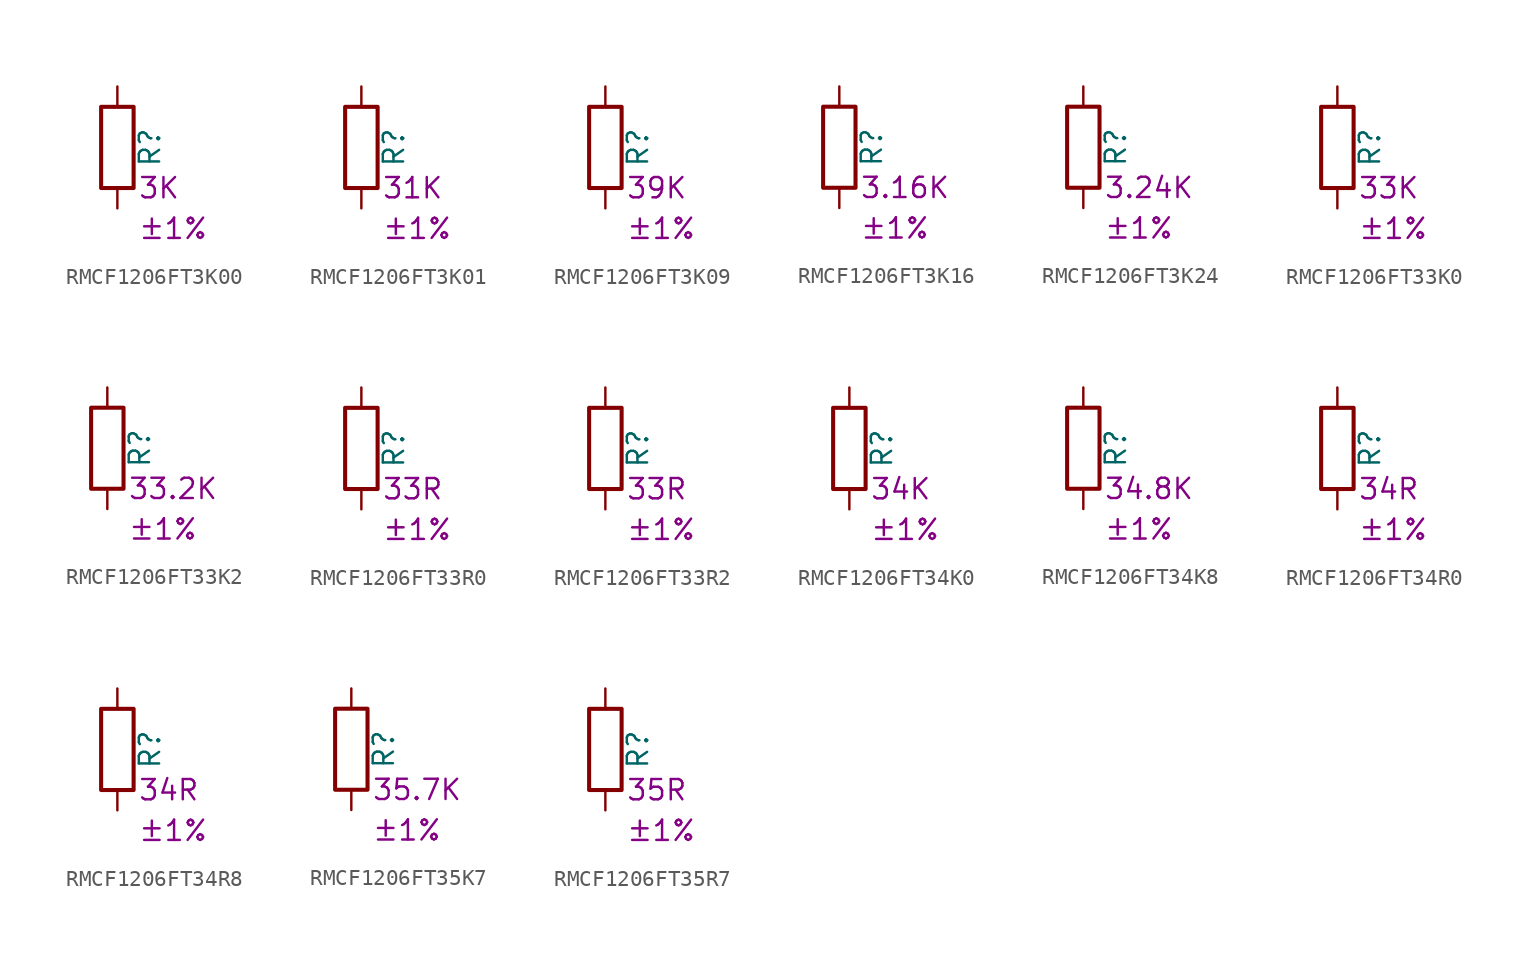
<source format=kicad_sym>
(kicad_symbol_lib
  (version 20220914)
  (generator kicad_symbol_editor)
  (symbol "RMCF1206FT3K00"
    (pin_numbers hide)
    (pin_names
      (offset 0))
    (property "Reference" "R"
      (at 2.032 0 90)
      (effects (font (size 1.27 1.27))))
    (property "Resistance" "3K"
      (at 1.27 -2.54 0)
      (effects (font (size 1.27 1.27)) (justify left)))
    (property "Tolerance" "±1%"
      (at 1.27 -5.08 0)
      (effects (font (size 1.27 1.27)) (justify left)))
    (symbol "RMCF1206FT3K00_0_1"
      (rectangle (start -1.016 -2.54) (end 1.016 2.54) (stroke (width 0.254) (type default)) (fill (type none))))
    (symbol "RMCF1206FT3K00_1_1"
      (pin passive line (at 0 3.81 270) (length 1.27) (name "~" (effects (font (size 1.27 1.27)))) (number "1" (effects (font (size 1.27 1.27)))))
      (pin passive line (at 0 -3.81 90) (length 1.27) (name "~" (effects (font (size 1.27 1.27)))) (number "2" (effects (font (size 1.27 1.27)))))))
  (symbol "RMCF1206FT3K01"
    (pin_numbers hide)
    (pin_names
      (offset 0))
    (property "Reference" "R"
      (at 2.032 0 90)
      (effects (font (size 1.27 1.27))))
    (property "Resistance" "31K"
      (at 1.27 -2.54 0)
      (effects (font (size 1.27 1.27)) (justify left)))
    (property "Tolerance" "±1%"
      (at 1.27 -5.08 0)
      (effects (font (size 1.27 1.27)) (justify left)))
    (symbol "RMCF1206FT3K01_0_1"
      (rectangle (start -1.016 -2.54) (end 1.016 2.54) (stroke (width 0.254) (type default)) (fill (type none))))
    (symbol "RMCF1206FT3K01_1_1"
      (pin passive line (at 0 3.81 270) (length 1.27) (name "~" (effects (font (size 1.27 1.27)))) (number "1" (effects (font (size 1.27 1.27)))))
      (pin passive line (at 0 -3.81 90) (length 1.27) (name "~" (effects (font (size 1.27 1.27)))) (number "2" (effects (font (size 1.27 1.27)))))))
  (symbol "RMCF1206FT3K09"
    (pin_numbers hide)
    (pin_names
      (offset 0))
    (property "Reference" "R"
      (at 2.032 0 90)
      (effects (font (size 1.27 1.27))))
    (property "Resistance" "39K"
      (at 1.27 -2.54 0)
      (effects (font (size 1.27 1.27)) (justify left)))
    (property "Tolerance" "±1%"
      (at 1.27 -5.08 0)
      (effects (font (size 1.27 1.27)) (justify left)))
    (symbol "RMCF1206FT3K09_0_1"
      (rectangle (start -1.016 -2.54) (end 1.016 2.54) (stroke (width 0.254) (type default)) (fill (type none))))
    (symbol "RMCF1206FT3K09_1_1"
      (pin passive line (at 0 3.81 270) (length 1.27) (name "~" (effects (font (size 1.27 1.27)))) (number "1" (effects (font (size 1.27 1.27)))))
      (pin passive line (at 0 -3.81 90) (length 1.27) (name "~" (effects (font (size 1.27 1.27)))) (number "2" (effects (font (size 1.27 1.27)))))))
  (symbol "RMCF1206FT3K16"
    (pin_numbers hide)
    (pin_names
      (offset 0))
    (property "Reference" "R"
      (at 2.032 0 90)
      (effects (font (size 1.27 1.27))))
    (property "Resistance" "3.16K"
      (at 1.27 -2.54 0)
      (effects (font (size 1.27 1.27)) (justify left)))
    (property "Tolerance" "±1%"
      (at 1.27 -5.08 0)
      (effects (font (size 1.27 1.27)) (justify left)))
    (symbol "RMCF1206FT3K16_0_1"
      (rectangle (start -1.016 -2.54) (end 1.016 2.54) (stroke (width 0.254) (type default)) (fill (type none))))
    (symbol "RMCF1206FT3K16_1_1"
      (pin passive line (at 0 3.81 270) (length 1.27) (name "~" (effects (font (size 1.27 1.27)))) (number "1" (effects (font (size 1.27 1.27)))))
      (pin passive line (at 0 -3.81 90) (length 1.27) (name "~" (effects (font (size 1.27 1.27)))) (number "2" (effects (font (size 1.27 1.27)))))))
  (symbol "RMCF1206FT3K24"
    (pin_numbers hide)
    (pin_names
      (offset 0))
    (property "Reference" "R"
      (at 2.032 0 90)
      (effects (font (size 1.27 1.27))))
    (property "Resistance" "3.24K"
      (at 1.27 -2.54 0)
      (effects (font (size 1.27 1.27)) (justify left)))
    (property "Tolerance" "±1%"
      (at 1.27 -5.08 0)
      (effects (font (size 1.27 1.27)) (justify left)))
    (symbol "RMCF1206FT3K24_0_1"
      (rectangle (start -1.016 -2.54) (end 1.016 2.54) (stroke (width 0.254) (type default)) (fill (type none))))
    (symbol "RMCF1206FT3K24_1_1"
      (pin passive line (at 0 3.81 270) (length 1.27) (name "~" (effects (font (size 1.27 1.27)))) (number "1" (effects (font (size 1.27 1.27)))))
      (pin passive line (at 0 -3.81 90) (length 1.27) (name "~" (effects (font (size 1.27 1.27)))) (number "2" (effects (font (size 1.27 1.27)))))))
  (symbol "RMCF1206FT33K0"
    (pin_numbers hide)
    (pin_names
      (offset 0))
    (property "Reference" "R"
      (at 2.032 0 90)
      (effects (font (size 1.27 1.27))))
    (property "Resistance" "33K"
      (at 1.27 -2.54 0)
      (effects (font (size 1.27 1.27)) (justify left)))
    (property "Tolerance" "±1%"
      (at 1.27 -5.08 0)
      (effects (font (size 1.27 1.27)) (justify left)))
    (symbol "RMCF1206FT33K0_0_1"
      (rectangle (start -1.016 -2.54) (end 1.016 2.54) (stroke (width 0.254) (type default)) (fill (type none))))
    (symbol "RMCF1206FT33K0_1_1"
      (pin passive line (at 0 3.81 270) (length 1.27) (name "~" (effects (font (size 1.27 1.27)))) (number "1" (effects (font (size 1.27 1.27)))))
      (pin passive line (at 0 -3.81 90) (length 1.27) (name "~" (effects (font (size 1.27 1.27)))) (number "2" (effects (font (size 1.27 1.27)))))))
  (symbol "RMCF1206FT33K2"
    (pin_numbers hide)
    (pin_names
      (offset 0))
    (property "Reference" "R"
      (at 2.032 0 90)
      (effects (font (size 1.27 1.27))))
    (property "Resistance" "33.2K"
      (at 1.27 -2.54 0)
      (effects (font (size 1.27 1.27)) (justify left)))
    (property "Tolerance" "±1%"
      (at 1.27 -5.08 0)
      (effects (font (size 1.27 1.27)) (justify left)))
    (symbol "RMCF1206FT33K2_0_1"
      (rectangle (start -1.016 -2.54) (end 1.016 2.54) (stroke (width 0.254) (type default)) (fill (type none))))
    (symbol "RMCF1206FT33K2_1_1"
      (pin passive line (at 0 3.81 270) (length 1.27) (name "~" (effects (font (size 1.27 1.27)))) (number "1" (effects (font (size 1.27 1.27)))))
      (pin passive line (at 0 -3.81 90) (length 1.27) (name "~" (effects (font (size 1.27 1.27)))) (number "2" (effects (font (size 1.27 1.27)))))))
  (symbol "RMCF1206FT33R0"
    (pin_numbers hide)
    (pin_names
      (offset 0))
    (property "Reference" "R"
      (at 2.032 0 90)
      (effects (font (size 1.27 1.27))))
    (property "Resistance" "33R"
      (at 1.27 -2.54 0)
      (effects (font (size 1.27 1.27)) (justify left)))
    (property "Tolerance" "±1%"
      (at 1.27 -5.08 0)
      (effects (font (size 1.27 1.27)) (justify left)))
    (symbol "RMCF1206FT33R0_0_1"
      (rectangle (start -1.016 -2.54) (end 1.016 2.54) (stroke (width 0.254) (type default)) (fill (type none))))
    (symbol "RMCF1206FT33R0_1_1"
      (pin passive line (at 0 3.81 270) (length 1.27) (name "~" (effects (font (size 1.27 1.27)))) (number "1" (effects (font (size 1.27 1.27)))))
      (pin passive line (at 0 -3.81 90) (length 1.27) (name "~" (effects (font (size 1.27 1.27)))) (number "2" (effects (font (size 1.27 1.27)))))))
  (symbol "RMCF1206FT33R2"
    (pin_numbers hide)
    (pin_names
      (offset 0))
    (property "Reference" "R"
      (at 2.032 0 90)
      (effects (font (size 1.27 1.27))))
    (property "Resistance" "33R"
      (at 1.27 -2.54 0)
      (effects (font (size 1.27 1.27)) (justify left)))
    (property "Tolerance" "±1%"
      (at 1.27 -5.08 0)
      (effects (font (size 1.27 1.27)) (justify left)))
    (symbol "RMCF1206FT33R2_0_1"
      (rectangle (start -1.016 -2.54) (end 1.016 2.54) (stroke (width 0.254) (type default)) (fill (type none))))
    (symbol "RMCF1206FT33R2_1_1"
      (pin passive line (at 0 3.81 270) (length 1.27) (name "~" (effects (font (size 1.27 1.27)))) (number "1" (effects (font (size 1.27 1.27)))))
      (pin passive line (at 0 -3.81 90) (length 1.27) (name "~" (effects (font (size 1.27 1.27)))) (number "2" (effects (font (size 1.27 1.27)))))))
  (symbol "RMCF1206FT34K0"
    (pin_numbers hide)
    (pin_names
      (offset 0))
    (property "Reference" "R"
      (at 2.032 0 90)
      (effects (font (size 1.27 1.27))))
    (property "Resistance" "34K"
      (at 1.27 -2.54 0)
      (effects (font (size 1.27 1.27)) (justify left)))
    (property "Tolerance" "±1%"
      (at 1.27 -5.08 0)
      (effects (font (size 1.27 1.27)) (justify left)))
    (symbol "RMCF1206FT34K0_0_1"
      (rectangle (start -1.016 -2.54) (end 1.016 2.54) (stroke (width 0.254) (type default)) (fill (type none))))
    (symbol "RMCF1206FT34K0_1_1"
      (pin passive line (at 0 3.81 270) (length 1.27) (name "~" (effects (font (size 1.27 1.27)))) (number "1" (effects (font (size 1.27 1.27)))))
      (pin passive line (at 0 -3.81 90) (length 1.27) (name "~" (effects (font (size 1.27 1.27)))) (number "2" (effects (font (size 1.27 1.27)))))))
  (symbol "RMCF1206FT34K8"
    (pin_numbers hide)
    (pin_names
      (offset 0))
    (property "Reference" "R"
      (at 2.032 0 90)
      (effects (font (size 1.27 1.27))))
    (property "Resistance" "34.8K"
      (at 1.27 -2.54 0)
      (effects (font (size 1.27 1.27)) (justify left)))
    (property "Tolerance" "±1%"
      (at 1.27 -5.08 0)
      (effects (font (size 1.27 1.27)) (justify left)))
    (symbol "RMCF1206FT34K8_0_1"
      (rectangle (start -1.016 -2.54) (end 1.016 2.54) (stroke (width 0.254) (type default)) (fill (type none))))
    (symbol "RMCF1206FT34K8_1_1"
      (pin passive line (at 0 3.81 270) (length 1.27) (name "~" (effects (font (size 1.27 1.27)))) (number "1" (effects (font (size 1.27 1.27)))))
      (pin passive line (at 0 -3.81 90) (length 1.27) (name "~" (effects (font (size 1.27 1.27)))) (number "2" (effects (font (size 1.27 1.27)))))))
  (symbol "RMCF1206FT34R0"
    (pin_numbers hide)
    (pin_names
      (offset 0))
    (property "Reference" "R"
      (at 2.032 0 90)
      (effects (font (size 1.27 1.27))))
    (property "Resistance" "34R"
      (at 1.27 -2.54 0)
      (effects (font (size 1.27 1.27)) (justify left)))
    (property "Tolerance" "±1%"
      (at 1.27 -5.08 0)
      (effects (font (size 1.27 1.27)) (justify left)))
    (symbol "RMCF1206FT34R0_0_1"
      (rectangle (start -1.016 -2.54) (end 1.016 2.54) (stroke (width 0.254) (type default)) (fill (type none))))
    (symbol "RMCF1206FT34R0_1_1"
      (pin passive line (at 0 3.81 270) (length 1.27) (name "~" (effects (font (size 1.27 1.27)))) (number "1" (effects (font (size 1.27 1.27)))))
      (pin passive line (at 0 -3.81 90) (length 1.27) (name "~" (effects (font (size 1.27 1.27)))) (number "2" (effects (font (size 1.27 1.27)))))))
  (symbol "RMCF1206FT34R8"
    (pin_numbers hide)
    (pin_names
      (offset 0))
    (property "Reference" "R"
      (at 2.032 0 90)
      (effects (font (size 1.27 1.27))))
    (property "Resistance" "34R"
      (at 1.27 -2.54 0)
      (effects (font (size 1.27 1.27)) (justify left)))
    (property "Tolerance" "±1%"
      (at 1.27 -5.08 0)
      (effects (font (size 1.27 1.27)) (justify left)))
    (symbol "RMCF1206FT34R8_0_1"
      (rectangle (start -1.016 -2.54) (end 1.016 2.54) (stroke (width 0.254) (type default)) (fill (type none))))
    (symbol "RMCF1206FT34R8_1_1"
      (pin passive line (at 0 3.81 270) (length 1.27) (name "~" (effects (font (size 1.27 1.27)))) (number "1" (effects (font (size 1.27 1.27)))))
      (pin passive line (at 0 -3.81 90) (length 1.27) (name "~" (effects (font (size 1.27 1.27)))) (number "2" (effects (font (size 1.27 1.27)))))))
  (symbol "RMCF1206FT35K7"
    (pin_numbers hide)
    (pin_names
      (offset 0))
    (property "Reference" "R"
      (at 2.032 0 90)
      (effects (font (size 1.27 1.27))))
    (property "Resistance" "35.7K"
      (at 1.27 -2.54 0)
      (effects (font (size 1.27 1.27)) (justify left)))
    (property "Tolerance" "±1%"
      (at 1.27 -5.08 0)
      (effects (font (size 1.27 1.27)) (justify left)))
    (symbol "RMCF1206FT35K7_0_1"
      (rectangle (start -1.016 -2.54) (end 1.016 2.54) (stroke (width 0.254) (type default)) (fill (type none))))
    (symbol "RMCF1206FT35K7_1_1"
      (pin passive line (at 0 3.81 270) (length 1.27) (name "~" (effects (font (size 1.27 1.27)))) (number "1" (effects (font (size 1.27 1.27)))))
      (pin passive line (at 0 -3.81 90) (length 1.27) (name "~" (effects (font (size 1.27 1.27)))) (number "2" (effects (font (size 1.27 1.27)))))))
  (symbol "RMCF1206FT35R7"
    (pin_numbers hide)
    (pin_names
      (offset 0))
    (property "Reference" "R"
      (at 2.032 0 90)
      (effects (font (size 1.27 1.27))))
    (property "Resistance" "35R"
      (at 1.27 -2.54 0)
      (effects (font (size 1.27 1.27)) (justify left)))
    (property "Tolerance" "±1%"
      (at 1.27 -5.08 0)
      (effects (font (size 1.27 1.27)) (justify left)))
    (symbol "RMCF1206FT35R7_0_1"
      (rectangle (start -1.016 -2.54) (end 1.016 2.54) (stroke (width 0.254) (type default)) (fill (type none))))
    (symbol "RMCF1206FT35R7_1_1"
      (pin passive line (at 0 3.81 270) (length 1.27) (name "~" (effects (font (size 1.27 1.27)))) (number "1" (effects (font (size 1.27 1.27)))))
      (pin passive line (at 0 -3.81 90) (length 1.27) (name "~" (effects (font (size 1.27 1.27)))) (number "2" (effects (font (size 1.27 1.27))))))))
</source>
